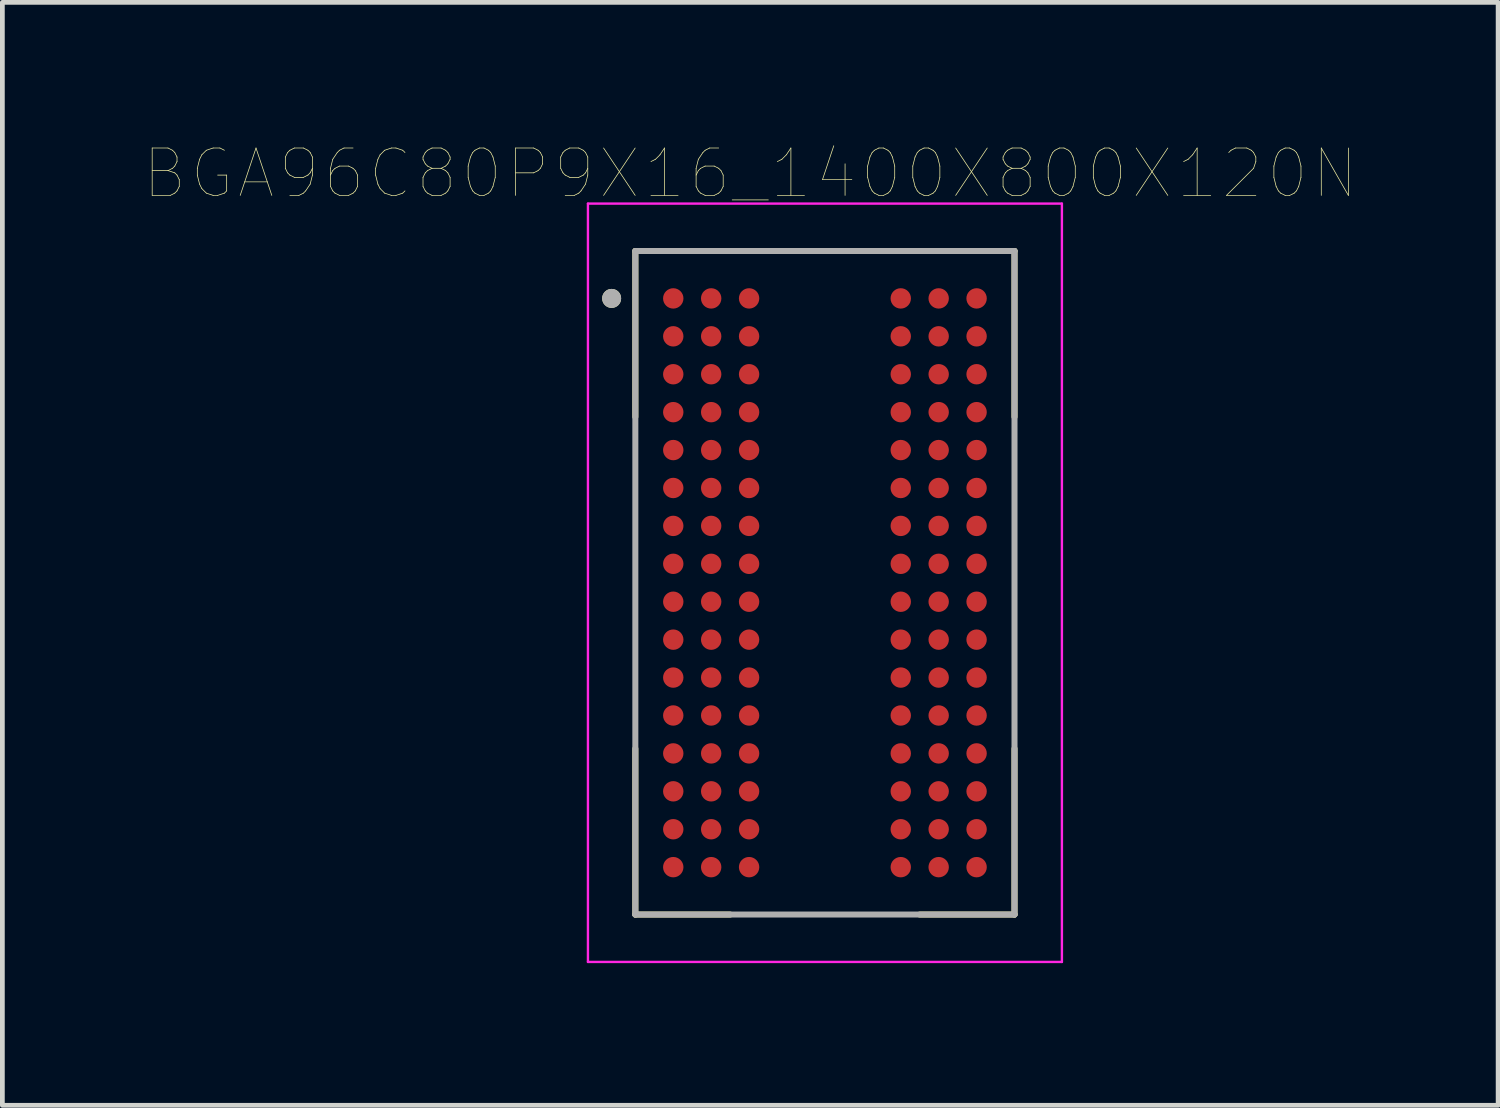
<source format=kicad_pcb>
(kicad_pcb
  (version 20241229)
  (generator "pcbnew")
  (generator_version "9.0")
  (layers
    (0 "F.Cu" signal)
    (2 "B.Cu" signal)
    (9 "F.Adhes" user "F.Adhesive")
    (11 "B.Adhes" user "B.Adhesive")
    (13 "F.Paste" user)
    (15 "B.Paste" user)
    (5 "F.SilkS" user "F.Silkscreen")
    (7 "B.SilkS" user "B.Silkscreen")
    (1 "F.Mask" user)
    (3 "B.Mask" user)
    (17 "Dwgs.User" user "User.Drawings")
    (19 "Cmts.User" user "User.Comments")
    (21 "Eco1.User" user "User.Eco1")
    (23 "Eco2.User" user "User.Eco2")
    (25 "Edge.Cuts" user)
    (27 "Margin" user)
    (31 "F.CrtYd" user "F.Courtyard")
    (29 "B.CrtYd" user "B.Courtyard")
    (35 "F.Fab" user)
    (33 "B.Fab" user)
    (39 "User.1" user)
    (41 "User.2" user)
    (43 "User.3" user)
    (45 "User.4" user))
  (footprint "BGA96C80P9X16_1400X800X120N"
    (layer "F.Cu")
    (at 14.355 9.246)
    (property "Reference" "BGA96C80P9X16_1400X800X120N" (at -1.575 -8.635 0) (layer "F.SilkS") (effects (font (size 1 1) (thickness 0.015))))
    (attr through_hole)
    (fp_line (start -4 -7) (end -4 -3.5) (stroke (width 0.127) (type solid)) (layer "F.SilkS"))
    (fp_line (start -4 -7) (end -2 -7) (stroke (width 0.127) (type solid)) (layer "F.SilkS"))
    (fp_line (start -4 7) (end -4 3.5) (stroke (width 0.127) (type solid)) (layer "F.SilkS"))
    (fp_line (start -4 7) (end -2 7) (stroke (width 0.127) (type solid)) (layer "F.SilkS"))
    (fp_line (start 4 -7) (end 2 -7) (stroke (width 0.127) (type solid)) (layer "F.SilkS"))
    (fp_line (start 4 -7) (end 4 -3.5) (stroke (width 0.127) (type solid)) (layer "F.SilkS"))
    (fp_line (start 4 7) (end 2 7) (stroke (width 0.127) (type solid)) (layer "F.SilkS"))
    (fp_line (start 4 7) (end 4 3.5) (stroke (width 0.127) (type solid)) (layer "F.SilkS"))
    (fp_circle (center -4.5 -6) (end -4.4 -6) (stroke (width 0.2) (type solid)) (fill no) (layer "F.SilkS"))
    (fp_line (start -5 -8) (end 5 -8) (stroke (width 0.05) (type solid)) (layer "F.CrtYd"))
    (fp_line (start -5 8) (end -5 -8) (stroke (width 0.05) (type solid)) (layer "F.CrtYd"))
    (fp_line (start -5 8) (end 5 8) (stroke (width 0.05) (type solid)) (layer "F.CrtYd"))
    (fp_line (start 5 8) (end 5 -8) (stroke (width 0.05) (type solid)) (layer "F.CrtYd"))
    (fp_line (start -4 7) (end -4 -7) (stroke (width 0.127) (type solid)) (layer "F.Fab"))
    (fp_line (start 4 -7) (end -4 -7) (stroke (width 0.127) (type solid)) (layer "F.Fab"))
    (fp_line (start 4 7) (end -4 7) (stroke (width 0.127) (type solid)) (layer "F.Fab"))
    (fp_line (start 4 7) (end 4 -7) (stroke (width 0.127) (type solid)) (layer "F.Fab"))
    (fp_circle (center -4.5 -6) (end -4.4 -6) (stroke (width 0.2) (type solid)) (fill no) (layer "F.Fab"))
    (pad "A1" smd circle (at -3.2 -6) (size 0.43 0.43) (layers "F.Cu" "F.Mask" "F.Paste"))
    (pad "A2" smd circle (at -2.4 -6) (size 0.43 0.43) (layers "F.Cu" "F.Mask" "F.Paste"))
    (pad "A3" smd circle (at -1.6 -6) (size 0.43 0.43) (layers "F.Cu" "F.Mask" "F.Paste"))
    (pad "A7" smd circle (at 1.6 -6) (size 0.43 0.43) (layers "F.Cu" "F.Mask" "F.Paste"))
    (pad "A8" smd circle (at 2.4 -6) (size 0.43 0.43) (layers "F.Cu" "F.Mask" "F.Paste"))
    (pad "A9" smd circle (at 3.2 -6) (size 0.43 0.43) (layers "F.Cu" "F.Mask" "F.Paste"))
    (pad "B1" smd circle (at -3.2 -5.2) (size 0.43 0.43) (layers "F.Cu" "F.Mask" "F.Paste"))
    (pad "B2" smd circle (at -2.4 -5.2) (size 0.43 0.43) (layers "F.Cu" "F.Mask" "F.Paste"))
    (pad "B3" smd circle (at -1.6 -5.2) (size 0.43 0.43) (layers "F.Cu" "F.Mask" "F.Paste"))
    (pad "B7" smd circle (at 1.6 -5.2) (size 0.43 0.43) (layers "F.Cu" "F.Mask" "F.Paste"))
    (pad "B8" smd circle (at 2.4 -5.2) (size 0.43 0.43) (layers "F.Cu" "F.Mask" "F.Paste"))
    (pad "B9" smd circle (at 3.2 -5.2) (size 0.43 0.43) (layers "F.Cu" "F.Mask" "F.Paste"))
    (pad "C1" smd circle (at -3.2 -4.4) (size 0.43 0.43) (layers "F.Cu" "F.Mask" "F.Paste"))
    (pad "C2" smd circle (at -2.4 -4.4) (size 0.43 0.43) (layers "F.Cu" "F.Mask" "F.Paste"))
    (pad "C3" smd circle (at -1.6 -4.4) (size 0.43 0.43) (layers "F.Cu" "F.Mask" "F.Paste"))
    (pad "C7" smd circle (at 1.6 -4.4) (size 0.43 0.43) (layers "F.Cu" "F.Mask" "F.Paste"))
    (pad "C8" smd circle (at 2.4 -4.4) (size 0.43 0.43) (layers "F.Cu" "F.Mask" "F.Paste"))
    (pad "C9" smd circle (at 3.2 -4.4) (size 0.43 0.43) (layers "F.Cu" "F.Mask" "F.Paste"))
    (pad "D1" smd circle (at -3.2 -3.6) (size 0.43 0.43) (layers "F.Cu" "F.Mask" "F.Paste"))
    (pad "D2" smd circle (at -2.4 -3.6) (size 0.43 0.43) (layers "F.Cu" "F.Mask" "F.Paste"))
    (pad "D3" smd circle (at -1.6 -3.6) (size 0.43 0.43) (layers "F.Cu" "F.Mask" "F.Paste"))
    (pad "D7" smd circle (at 1.6 -3.6) (size 0.43 0.43) (layers "F.Cu" "F.Mask" "F.Paste"))
    (pad "D8" smd circle (at 2.4 -3.6) (size 0.43 0.43) (layers "F.Cu" "F.Mask" "F.Paste"))
    (pad "D9" smd circle (at 3.2 -3.6) (size 0.43 0.43) (layers "F.Cu" "F.Mask" "F.Paste"))
    (pad "E1" smd circle (at -3.2 -2.8) (size 0.43 0.43) (layers "F.Cu" "F.Mask" "F.Paste"))
    (pad "E2" smd circle (at -2.4 -2.8) (size 0.43 0.43) (layers "F.Cu" "F.Mask" "F.Paste"))
    (pad "E3" smd circle (at -1.6 -2.8) (size 0.43 0.43) (layers "F.Cu" "F.Mask" "F.Paste"))
    (pad "E7" smd circle (at 1.6 -2.8) (size 0.43 0.43) (layers "F.Cu" "F.Mask" "F.Paste"))
    (pad "E8" smd circle (at 2.4 -2.8) (size 0.43 0.43) (layers "F.Cu" "F.Mask" "F.Paste"))
    (pad "E9" smd circle (at 3.2 -2.8) (size 0.43 0.43) (layers "F.Cu" "F.Mask" "F.Paste"))
    (pad "F1" smd circle (at -3.2 -2) (size 0.43 0.43) (layers "F.Cu" "F.Mask" "F.Paste"))
    (pad "F2" smd circle (at -2.4 -2) (size 0.43 0.43) (layers "F.Cu" "F.Mask" "F.Paste"))
    (pad "F3" smd circle (at -1.6 -2) (size 0.43 0.43) (layers "F.Cu" "F.Mask" "F.Paste"))
    (pad "F7" smd circle (at 1.6 -2) (size 0.43 0.43) (layers "F.Cu" "F.Mask" "F.Paste"))
    (pad "F8" smd circle (at 2.4 -2) (size 0.43 0.43) (layers "F.Cu" "F.Mask" "F.Paste"))
    (pad "F9" smd circle (at 3.2 -2) (size 0.43 0.43) (layers "F.Cu" "F.Mask" "F.Paste"))
    (pad "G1" smd circle (at -3.2 -1.2) (size 0.43 0.43) (layers "F.Cu" "F.Mask" "F.Paste"))
    (pad "G2" smd circle (at -2.4 -1.2) (size 0.43 0.43) (layers "F.Cu" "F.Mask" "F.Paste"))
    (pad "G3" smd circle (at -1.6 -1.2) (size 0.43 0.43) (layers "F.Cu" "F.Mask" "F.Paste"))
    (pad "G7" smd circle (at 1.6 -1.2) (size 0.43 0.43) (layers "F.Cu" "F.Mask" "F.Paste"))
    (pad "G8" smd circle (at 2.4 -1.2) (size 0.43 0.43) (layers "F.Cu" "F.Mask" "F.Paste"))
    (pad "G9" smd circle (at 3.2 -1.2) (size 0.43 0.43) (layers "F.Cu" "F.Mask" "F.Paste"))
    (pad "H1" smd circle (at -3.2 -0.4) (size 0.43 0.43) (layers "F.Cu" "F.Mask" "F.Paste"))
    (pad "H2" smd circle (at -2.4 -0.4) (size 0.43 0.43) (layers "F.Cu" "F.Mask" "F.Paste"))
    (pad "H3" smd circle (at -1.6 -0.4) (size 0.43 0.43) (layers "F.Cu" "F.Mask" "F.Paste"))
    (pad "H7" smd circle (at 1.6 -0.4) (size 0.43 0.43) (layers "F.Cu" "F.Mask" "F.Paste"))
    (pad "H8" smd circle (at 2.4 -0.4) (size 0.43 0.43) (layers "F.Cu" "F.Mask" "F.Paste"))
    (pad "H9" smd circle (at 3.2 -0.4) (size 0.43 0.43) (layers "F.Cu" "F.Mask" "F.Paste"))
    (pad "J1" smd circle (at -3.2 0.4) (size 0.43 0.43) (layers "F.Cu" "F.Mask" "F.Paste"))
    (pad "J2" smd circle (at -2.4 0.4) (size 0.43 0.43) (layers "F.Cu" "F.Mask" "F.Paste"))
    (pad "J3" smd circle (at -1.6 0.4) (size 0.43 0.43) (layers "F.Cu" "F.Mask" "F.Paste"))
    (pad "J7" smd circle (at 1.6 0.4) (size 0.43 0.43) (layers "F.Cu" "F.Mask" "F.Paste"))
    (pad "J8" smd circle (at 2.4 0.4) (size 0.43 0.43) (layers "F.Cu" "F.Mask" "F.Paste"))
    (pad "J9" smd circle (at 3.2 0.4) (size 0.43 0.43) (layers "F.Cu" "F.Mask" "F.Paste"))
    (pad "K1" smd circle (at -3.2 1.2) (size 0.43 0.43) (layers "F.Cu" "F.Mask" "F.Paste"))
    (pad "K2" smd circle (at -2.4 1.2) (size 0.43 0.43) (layers "F.Cu" "F.Mask" "F.Paste"))
    (pad "K3" smd circle (at -1.6 1.2) (size 0.43 0.43) (layers "F.Cu" "F.Mask" "F.Paste"))
    (pad "K7" smd circle (at 1.6 1.2) (size 0.43 0.43) (layers "F.Cu" "F.Mask" "F.Paste"))
    (pad "K8" smd circle (at 2.4 1.2) (size 0.43 0.43) (layers "F.Cu" "F.Mask" "F.Paste"))
    (pad "K9" smd circle (at 3.2 1.2) (size 0.43 0.43) (layers "F.Cu" "F.Mask" "F.Paste"))
    (pad "L1" smd circle (at -3.2 2) (size 0.43 0.43) (layers "F.Cu" "F.Mask" "F.Paste"))
    (pad "L2" smd circle (at -2.4 2) (size 0.43 0.43) (layers "F.Cu" "F.Mask" "F.Paste"))
    (pad "L3" smd circle (at -1.6 2) (size 0.43 0.43) (layers "F.Cu" "F.Mask" "F.Paste"))
    (pad "L7" smd circle (at 1.6 2) (size 0.43 0.43) (layers "F.Cu" "F.Mask" "F.Paste"))
    (pad "L8" smd circle (at 2.4 2) (size 0.43 0.43) (layers "F.Cu" "F.Mask" "F.Paste"))
    (pad "L9" smd circle (at 3.2 2) (size 0.43 0.43) (layers "F.Cu" "F.Mask" "F.Paste"))
    (pad "M1" smd circle (at -3.2 2.8) (size 0.43 0.43) (layers "F.Cu" "F.Mask" "F.Paste"))
    (pad "M2" smd circle (at -2.4 2.8) (size 0.43 0.43) (layers "F.Cu" "F.Mask" "F.Paste"))
    (pad "M3" smd circle (at -1.6 2.8) (size 0.43 0.43) (layers "F.Cu" "F.Mask" "F.Paste"))
    (pad "M7" smd circle (at 1.6 2.8) (size 0.43 0.43) (layers "F.Cu" "F.Mask" "F.Paste"))
    (pad "M8" smd circle (at 2.4 2.8) (size 0.43 0.43) (layers "F.Cu" "F.Mask" "F.Paste"))
    (pad "M9" smd circle (at 3.2 2.8) (size 0.43 0.43) (layers "F.Cu" "F.Mask" "F.Paste"))
    (pad "N1" smd circle (at -3.2 3.6) (size 0.43 0.43) (layers "F.Cu" "F.Mask" "F.Paste"))
    (pad "N2" smd circle (at -2.4 3.6) (size 0.43 0.43) (layers "F.Cu" "F.Mask" "F.Paste"))
    (pad "N3" smd circle (at -1.6 3.6) (size 0.43 0.43) (layers "F.Cu" "F.Mask" "F.Paste"))
    (pad "N7" smd circle (at 1.6 3.6) (size 0.43 0.43) (layers "F.Cu" "F.Mask" "F.Paste"))
    (pad "N8" smd circle (at 2.4 3.6) (size 0.43 0.43) (layers "F.Cu" "F.Mask" "F.Paste"))
    (pad "N9" smd circle (at 3.2 3.6) (size 0.43 0.43) (layers "F.Cu" "F.Mask" "F.Paste"))
    (pad "P1" smd circle (at -3.2 4.4) (size 0.43 0.43) (layers "F.Cu" "F.Mask" "F.Paste"))
    (pad "P2" smd circle (at -2.4 4.4) (size 0.43 0.43) (layers "F.Cu" "F.Mask" "F.Paste"))
    (pad "P3" smd circle (at -1.6 4.4) (size 0.43 0.43) (layers "F.Cu" "F.Mask" "F.Paste"))
    (pad "P7" smd circle (at 1.6 4.4) (size 0.43 0.43) (layers "F.Cu" "F.Mask" "F.Paste"))
    (pad "P8" smd circle (at 2.4 4.4) (size 0.43 0.43) (layers "F.Cu" "F.Mask" "F.Paste"))
    (pad "P9" smd circle (at 3.2 4.4) (size 0.43 0.43) (layers "F.Cu" "F.Mask" "F.Paste"))
    (pad "R1" smd circle (at -3.2 5.2) (size 0.43 0.43) (layers "F.Cu" "F.Mask" "F.Paste"))
    (pad "R2" smd circle (at -2.4 5.2) (size 0.43 0.43) (layers "F.Cu" "F.Mask" "F.Paste"))
    (pad "R3" smd circle (at -1.6 5.2) (size 0.43 0.43) (layers "F.Cu" "F.Mask" "F.Paste"))
    (pad "R7" smd circle (at 1.6 5.2) (size 0.43 0.43) (layers "F.Cu" "F.Mask" "F.Paste"))
    (pad "R8" smd circle (at 2.4 5.2) (size 0.43 0.43) (layers "F.Cu" "F.Mask" "F.Paste"))
    (pad "R9" smd circle (at 3.2 5.2) (size 0.43 0.43) (layers "F.Cu" "F.Mask" "F.Paste"))
    (pad "T1" smd circle (at -3.2 6) (size 0.43 0.43) (layers "F.Cu" "F.Mask" "F.Paste"))
    (pad "T2" smd circle (at -2.4 6) (size 0.43 0.43) (layers "F.Cu" "F.Mask" "F.Paste"))
    (pad "T3" smd circle (at -1.6 6) (size 0.43 0.43) (layers "F.Cu" "F.Mask" "F.Paste"))
    (pad "T7" smd circle (at 1.6 6) (size 0.43 0.43) (layers "F.Cu" "F.Mask" "F.Paste"))
    (pad "T8" smd circle (at 2.4 6) (size 0.43 0.43) (layers "F.Cu" "F.Mask" "F.Paste"))
    (pad "T9" smd circle (at 3.2 6) (size 0.43 0.43) (layers "F.Cu" "F.Mask" "F.Paste")))
  (gr_rect
    (start -3 -3)
    (end 28.559 20.271)
    (stroke (width 0.1) (type default))
    (fill no)
    (layer "Edge.Cuts")))
</source>
